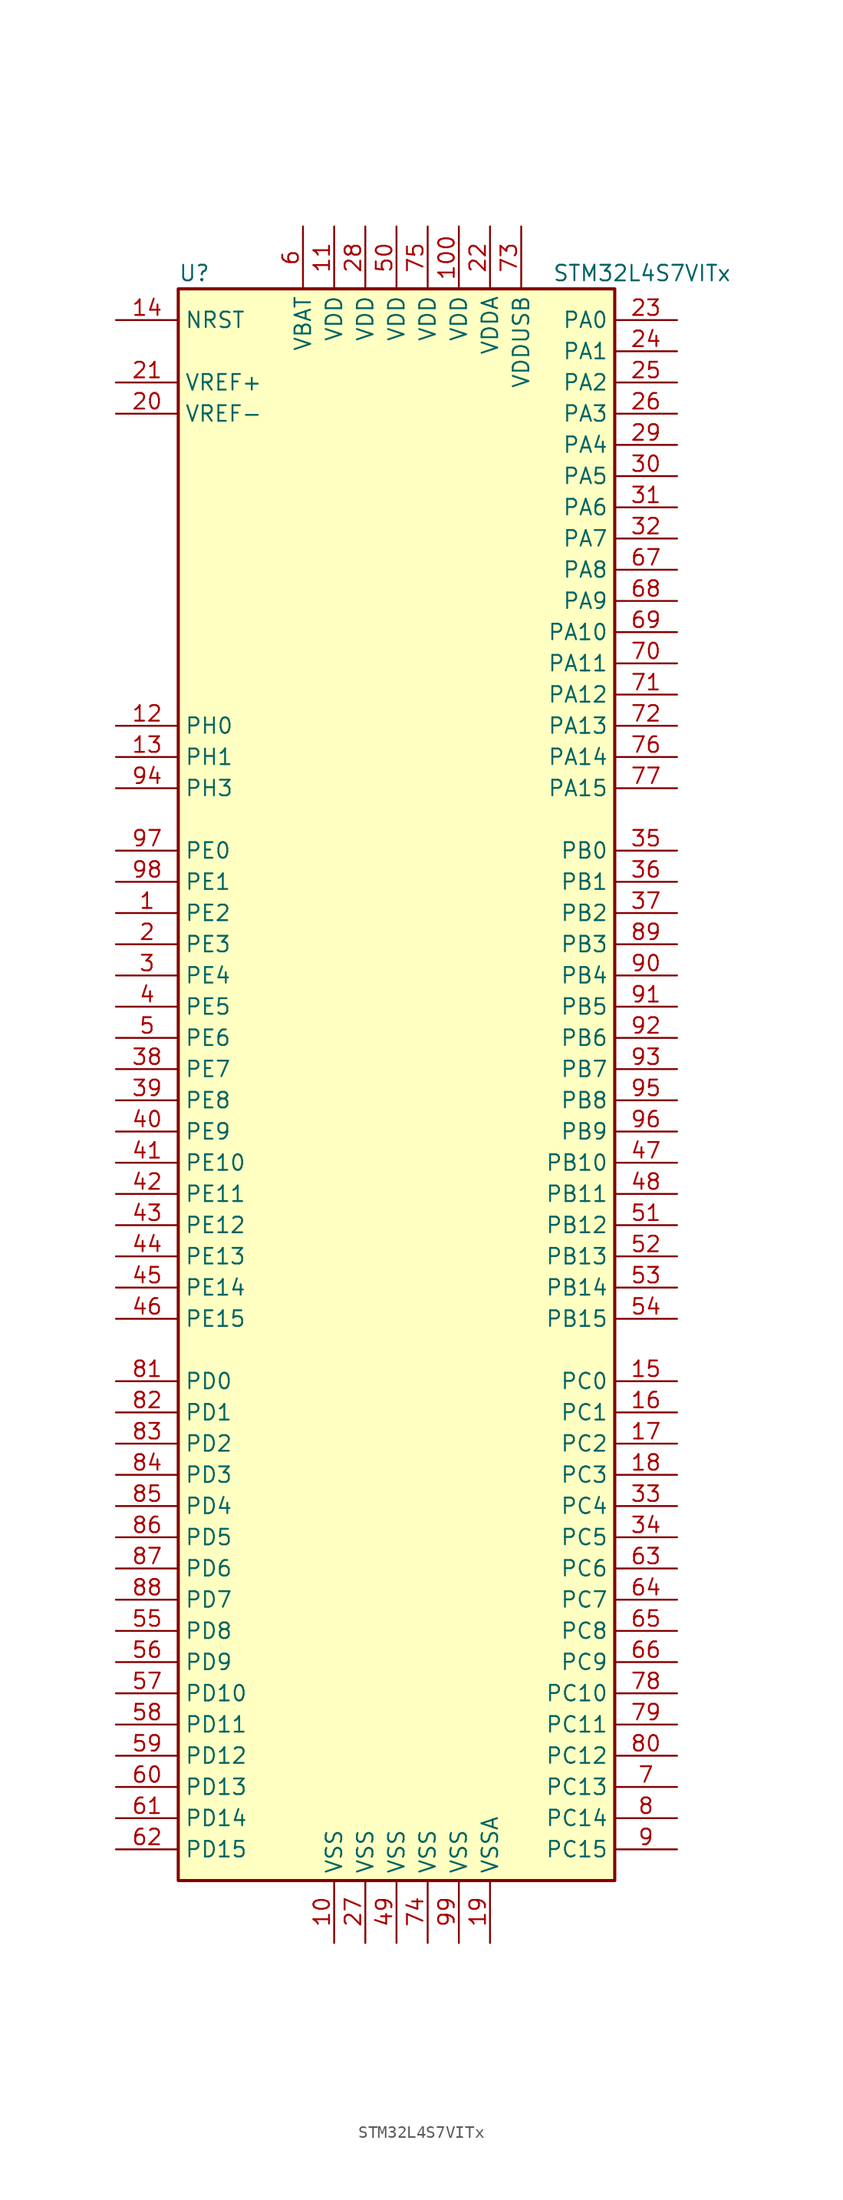
<source format=kicad_sym>
(kicad_symbol_lib
  (version 20201005)
  (generator kicad_symbol_editor)
  (symbol "STM32L4S7VITx"
    (property "Reference" "U"
      (at -17.78 64.77 0)
      (effects (font (size 1.27 1.27)) (justify left)))
    (property "Value" "STM32L4S7VITx"
      (at 12.7 64.77 0)
      (effects (font (size 1.27 1.27)) (justify left)))
    (symbol "STM32L4S7VITx_0_1"
      (rectangle (start -17.78 -66.04) (end 17.78 63.5) (stroke (width 0.254)) (fill (type background))))
    (symbol "STM32L4S7VITx_1_1"
      (pin bidirectional line (at -22.86 12.7 0) (length 5.08) (name "PE2" (effects (font (size 1.27 1.27)))) (number "1" (effects (font (size 1.27 1.27)))))
      (pin power_in line (at -5.08 -71.12 90) (length 5.08) (name "VSS" (effects (font (size 1.27 1.27)))) (number "10" (effects (font (size 1.27 1.27)))))
      (pin power_in line (at 5.08 68.58 270) (length 5.08) (name "VDD" (effects (font (size 1.27 1.27)))) (number "100" (effects (font (size 1.27 1.27)))))
      (pin power_in line (at -5.08 68.58 270) (length 5.08) (name "VDD" (effects (font (size 1.27 1.27)))) (number "11" (effects (font (size 1.27 1.27)))))
      (pin input line (at -22.86 27.94 0) (length 5.08) (name "PH0" (effects (font (size 1.27 1.27)))) (number "12" (effects (font (size 1.27 1.27)))))
      (pin input line (at -22.86 25.4 0) (length 5.08) (name "PH1" (effects (font (size 1.27 1.27)))) (number "13" (effects (font (size 1.27 1.27)))))
      (pin input line (at -22.86 60.96 0) (length 5.08) (name "NRST" (effects (font (size 1.27 1.27)))) (number "14" (effects (font (size 1.27 1.27)))))
      (pin bidirectional line (at 22.86 -25.4 180) (length 5.08) (name "PC0" (effects (font (size 1.27 1.27)))) (number "15" (effects (font (size 1.27 1.27)))))
      (pin bidirectional line (at 22.86 -27.94 180) (length 5.08) (name "PC1" (effects (font (size 1.27 1.27)))) (number "16" (effects (font (size 1.27 1.27)))))
      (pin bidirectional line (at 22.86 -30.48 180) (length 5.08) (name "PC2" (effects (font (size 1.27 1.27)))) (number "17" (effects (font (size 1.27 1.27)))))
      (pin bidirectional line (at 22.86 -33.02 180) (length 5.08) (name "PC3" (effects (font (size 1.27 1.27)))) (number "18" (effects (font (size 1.27 1.27)))))
      (pin power_in line (at 7.62 -71.12 90) (length 5.08) (name "VSSA" (effects (font (size 1.27 1.27)))) (number "19" (effects (font (size 1.27 1.27)))))
      (pin bidirectional line (at -22.86 10.16 0) (length 5.08) (name "PE3" (effects (font (size 1.27 1.27)))) (number "2" (effects (font (size 1.27 1.27)))))
      (pin power_in line (at -22.86 53.34 0) (length 5.08) (name "VREF-" (effects (font (size 1.27 1.27)))) (number "20" (effects (font (size 1.27 1.27)))))
      (pin bidirectional line (at -22.86 55.88 0) (length 5.08) (name "VREF+" (effects (font (size 1.27 1.27)))) (number "21" (effects (font (size 1.27 1.27)))))
      (pin power_in line (at 7.62 68.58 270) (length 5.08) (name "VDDA" (effects (font (size 1.27 1.27)))) (number "22" (effects (font (size 1.27 1.27)))))
      (pin bidirectional line (at 22.86 60.96 180) (length 5.08) (name "PA0" (effects (font (size 1.27 1.27)))) (number "23" (effects (font (size 1.27 1.27)))))
      (pin bidirectional line (at 22.86 58.42 180) (length 5.08) (name "PA1" (effects (font (size 1.27 1.27)))) (number "24" (effects (font (size 1.27 1.27)))))
      (pin bidirectional line (at 22.86 55.88 180) (length 5.08) (name "PA2" (effects (font (size 1.27 1.27)))) (number "25" (effects (font (size 1.27 1.27)))))
      (pin bidirectional line (at 22.86 53.34 180) (length 5.08) (name "PA3" (effects (font (size 1.27 1.27)))) (number "26" (effects (font (size 1.27 1.27)))))
      (pin power_in line (at -2.54 -71.12 90) (length 5.08) (name "VSS" (effects (font (size 1.27 1.27)))) (number "27" (effects (font (size 1.27 1.27)))))
      (pin power_in line (at -2.54 68.58 270) (length 5.08) (name "VDD" (effects (font (size 1.27 1.27)))) (number "28" (effects (font (size 1.27 1.27)))))
      (pin bidirectional line (at 22.86 50.8 180) (length 5.08) (name "PA4" (effects (font (size 1.27 1.27)))) (number "29" (effects (font (size 1.27 1.27)))))
      (pin bidirectional line (at -22.86 7.62 0) (length 5.08) (name "PE4" (effects (font (size 1.27 1.27)))) (number "3" (effects (font (size 1.27 1.27)))))
      (pin bidirectional line (at 22.86 48.26 180) (length 5.08) (name "PA5" (effects (font (size 1.27 1.27)))) (number "30" (effects (font (size 1.27 1.27)))))
      (pin bidirectional line (at 22.86 45.72 180) (length 5.08) (name "PA6" (effects (font (size 1.27 1.27)))) (number "31" (effects (font (size 1.27 1.27)))))
      (pin bidirectional line (at 22.86 43.18 180) (length 5.08) (name "PA7" (effects (font (size 1.27 1.27)))) (number "32" (effects (font (size 1.27 1.27)))))
      (pin bidirectional line (at 22.86 -35.56 180) (length 5.08) (name "PC4" (effects (font (size 1.27 1.27)))) (number "33" (effects (font (size 1.27 1.27)))))
      (pin bidirectional line (at 22.86 -38.1 180) (length 5.08) (name "PC5" (effects (font (size 1.27 1.27)))) (number "34" (effects (font (size 1.27 1.27)))))
      (pin bidirectional line (at 22.86 17.78 180) (length 5.08) (name "PB0" (effects (font (size 1.27 1.27)))) (number "35" (effects (font (size 1.27 1.27)))))
      (pin bidirectional line (at 22.86 15.24 180) (length 5.08) (name "PB1" (effects (font (size 1.27 1.27)))) (number "36" (effects (font (size 1.27 1.27)))))
      (pin bidirectional line (at 22.86 12.7 180) (length 5.08) (name "PB2" (effects (font (size 1.27 1.27)))) (number "37" (effects (font (size 1.27 1.27)))))
      (pin bidirectional line (at -22.86 0 0) (length 5.08) (name "PE7" (effects (font (size 1.27 1.27)))) (number "38" (effects (font (size 1.27 1.27)))))
      (pin bidirectional line (at -22.86 -2.54 0) (length 5.08) (name "PE8" (effects (font (size 1.27 1.27)))) (number "39" (effects (font (size 1.27 1.27)))))
      (pin bidirectional line (at -22.86 5.08 0) (length 5.08) (name "PE5" (effects (font (size 1.27 1.27)))) (number "4" (effects (font (size 1.27 1.27)))))
      (pin bidirectional line (at -22.86 -5.08 0) (length 5.08) (name "PE9" (effects (font (size 1.27 1.27)))) (number "40" (effects (font (size 1.27 1.27)))))
      (pin bidirectional line (at -22.86 -7.62 0) (length 5.08) (name "PE10" (effects (font (size 1.27 1.27)))) (number "41" (effects (font (size 1.27 1.27)))))
      (pin bidirectional line (at -22.86 -10.16 0) (length 5.08) (name "PE11" (effects (font (size 1.27 1.27)))) (number "42" (effects (font (size 1.27 1.27)))))
      (pin bidirectional line (at -22.86 -12.7 0) (length 5.08) (name "PE12" (effects (font (size 1.27 1.27)))) (number "43" (effects (font (size 1.27 1.27)))))
      (pin bidirectional line (at -22.86 -15.24 0) (length 5.08) (name "PE13" (effects (font (size 1.27 1.27)))) (number "44" (effects (font (size 1.27 1.27)))))
      (pin bidirectional line (at -22.86 -17.78 0) (length 5.08) (name "PE14" (effects (font (size 1.27 1.27)))) (number "45" (effects (font (size 1.27 1.27)))))
      (pin bidirectional line (at -22.86 -20.32 0) (length 5.08) (name "PE15" (effects (font (size 1.27 1.27)))) (number "46" (effects (font (size 1.27 1.27)))))
      (pin bidirectional line (at 22.86 -7.62 180) (length 5.08) (name "PB10" (effects (font (size 1.27 1.27)))) (number "47" (effects (font (size 1.27 1.27)))))
      (pin bidirectional line (at 22.86 -10.16 180) (length 5.08) (name "PB11" (effects (font (size 1.27 1.27)))) (number "48" (effects (font (size 1.27 1.27)))))
      (pin power_in line (at 0 -71.12 90) (length 5.08) (name "VSS" (effects (font (size 1.27 1.27)))) (number "49" (effects (font (size 1.27 1.27)))))
      (pin bidirectional line (at -22.86 2.54 0) (length 5.08) (name "PE6" (effects (font (size 1.27 1.27)))) (number "5" (effects (font (size 1.27 1.27)))))
      (pin power_in line (at 0 68.58 270) (length 5.08) (name "VDD" (effects (font (size 1.27 1.27)))) (number "50" (effects (font (size 1.27 1.27)))))
      (pin bidirectional line (at 22.86 -12.7 180) (length 5.08) (name "PB12" (effects (font (size 1.27 1.27)))) (number "51" (effects (font (size 1.27 1.27)))))
      (pin bidirectional line (at 22.86 -15.24 180) (length 5.08) (name "PB13" (effects (font (size 1.27 1.27)))) (number "52" (effects (font (size 1.27 1.27)))))
      (pin bidirectional line (at 22.86 -17.78 180) (length 5.08) (name "PB14" (effects (font (size 1.27 1.27)))) (number "53" (effects (font (size 1.27 1.27)))))
      (pin bidirectional line (at 22.86 -20.32 180) (length 5.08) (name "PB15" (effects (font (size 1.27 1.27)))) (number "54" (effects (font (size 1.27 1.27)))))
      (pin bidirectional line (at -22.86 -45.72 0) (length 5.08) (name "PD8" (effects (font (size 1.27 1.27)))) (number "55" (effects (font (size 1.27 1.27)))))
      (pin bidirectional line (at -22.86 -48.26 0) (length 5.08) (name "PD9" (effects (font (size 1.27 1.27)))) (number "56" (effects (font (size 1.27 1.27)))))
      (pin bidirectional line (at -22.86 -50.8 0) (length 5.08) (name "PD10" (effects (font (size 1.27 1.27)))) (number "57" (effects (font (size 1.27 1.27)))))
      (pin bidirectional line (at -22.86 -53.34 0) (length 5.08) (name "PD11" (effects (font (size 1.27 1.27)))) (number "58" (effects (font (size 1.27 1.27)))))
      (pin bidirectional line (at -22.86 -55.88 0) (length 5.08) (name "PD12" (effects (font (size 1.27 1.27)))) (number "59" (effects (font (size 1.27 1.27)))))
      (pin power_in line (at -7.62 68.58 270) (length 5.08) (name "VBAT" (effects (font (size 1.27 1.27)))) (number "6" (effects (font (size 1.27 1.27)))))
      (pin bidirectional line (at -22.86 -58.42 0) (length 5.08) (name "PD13" (effects (font (size 1.27 1.27)))) (number "60" (effects (font (size 1.27 1.27)))))
      (pin bidirectional line (at -22.86 -60.96 0) (length 5.08) (name "PD14" (effects (font (size 1.27 1.27)))) (number "61" (effects (font (size 1.27 1.27)))))
      (pin bidirectional line (at -22.86 -63.5 0) (length 5.08) (name "PD15" (effects (font (size 1.27 1.27)))) (number "62" (effects (font (size 1.27 1.27)))))
      (pin bidirectional line (at 22.86 -40.64 180) (length 5.08) (name "PC6" (effects (font (size 1.27 1.27)))) (number "63" (effects (font (size 1.27 1.27)))))
      (pin bidirectional line (at 22.86 -43.18 180) (length 5.08) (name "PC7" (effects (font (size 1.27 1.27)))) (number "64" (effects (font (size 1.27 1.27)))))
      (pin bidirectional line (at 22.86 -45.72 180) (length 5.08) (name "PC8" (effects (font (size 1.27 1.27)))) (number "65" (effects (font (size 1.27 1.27)))))
      (pin bidirectional line (at 22.86 -48.26 180) (length 5.08) (name "PC9" (effects (font (size 1.27 1.27)))) (number "66" (effects (font (size 1.27 1.27)))))
      (pin bidirectional line (at 22.86 40.64 180) (length 5.08) (name "PA8" (effects (font (size 1.27 1.27)))) (number "67" (effects (font (size 1.27 1.27)))))
      (pin bidirectional line (at 22.86 38.1 180) (length 5.08) (name "PA9" (effects (font (size 1.27 1.27)))) (number "68" (effects (font (size 1.27 1.27)))))
      (pin bidirectional line (at 22.86 35.56 180) (length 5.08) (name "PA10" (effects (font (size 1.27 1.27)))) (number "69" (effects (font (size 1.27 1.27)))))
      (pin bidirectional line (at 22.86 -58.42 180) (length 5.08) (name "PC13" (effects (font (size 1.27 1.27)))) (number "7" (effects (font (size 1.27 1.27)))))
      (pin bidirectional line (at 22.86 33.02 180) (length 5.08) (name "PA11" (effects (font (size 1.27 1.27)))) (number "70" (effects (font (size 1.27 1.27)))))
      (pin bidirectional line (at 22.86 30.48 180) (length 5.08) (name "PA12" (effects (font (size 1.27 1.27)))) (number "71" (effects (font (size 1.27 1.27)))))
      (pin bidirectional line (at 22.86 27.94 180) (length 5.08) (name "PA13" (effects (font (size 1.27 1.27)))) (number "72" (effects (font (size 1.27 1.27)))))
      (pin power_in line (at 10.16 68.58 270) (length 5.08) (name "VDDUSB" (effects (font (size 1.27 1.27)))) (number "73" (effects (font (size 1.27 1.27)))))
      (pin power_in line (at 2.54 -71.12 90) (length 5.08) (name "VSS" (effects (font (size 1.27 1.27)))) (number "74" (effects (font (size 1.27 1.27)))))
      (pin power_in line (at 2.54 68.58 270) (length 5.08) (name "VDD" (effects (font (size 1.27 1.27)))) (number "75" (effects (font (size 1.27 1.27)))))
      (pin bidirectional line (at 22.86 25.4 180) (length 5.08) (name "PA14" (effects (font (size 1.27 1.27)))) (number "76" (effects (font (size 1.27 1.27)))))
      (pin bidirectional line (at 22.86 22.86 180) (length 5.08) (name "PA15" (effects (font (size 1.27 1.27)))) (number "77" (effects (font (size 1.27 1.27)))))
      (pin bidirectional line (at 22.86 -50.8 180) (length 5.08) (name "PC10" (effects (font (size 1.27 1.27)))) (number "78" (effects (font (size 1.27 1.27)))))
      (pin bidirectional line (at 22.86 -53.34 180) (length 5.08) (name "PC11" (effects (font (size 1.27 1.27)))) (number "79" (effects (font (size 1.27 1.27)))))
      (pin bidirectional line (at 22.86 -60.96 180) (length 5.08) (name "PC14" (effects (font (size 1.27 1.27)))) (number "8" (effects (font (size 1.27 1.27)))))
      (pin bidirectional line (at 22.86 -55.88 180) (length 5.08) (name "PC12" (effects (font (size 1.27 1.27)))) (number "80" (effects (font (size 1.27 1.27)))))
      (pin bidirectional line (at -22.86 -25.4 0) (length 5.08) (name "PD0" (effects (font (size 1.27 1.27)))) (number "81" (effects (font (size 1.27 1.27)))))
      (pin bidirectional line (at -22.86 -27.94 0) (length 5.08) (name "PD1" (effects (font (size 1.27 1.27)))) (number "82" (effects (font (size 1.27 1.27)))))
      (pin bidirectional line (at -22.86 -30.48 0) (length 5.08) (name "PD2" (effects (font (size 1.27 1.27)))) (number "83" (effects (font (size 1.27 1.27)))))
      (pin bidirectional line (at -22.86 -33.02 0) (length 5.08) (name "PD3" (effects (font (size 1.27 1.27)))) (number "84" (effects (font (size 1.27 1.27)))))
      (pin bidirectional line (at -22.86 -35.56 0) (length 5.08) (name "PD4" (effects (font (size 1.27 1.27)))) (number "85" (effects (font (size 1.27 1.27)))))
      (pin bidirectional line (at -22.86 -38.1 0) (length 5.08) (name "PD5" (effects (font (size 1.27 1.27)))) (number "86" (effects (font (size 1.27 1.27)))))
      (pin bidirectional line (at -22.86 -40.64 0) (length 5.08) (name "PD6" (effects (font (size 1.27 1.27)))) (number "87" (effects (font (size 1.27 1.27)))))
      (pin bidirectional line (at -22.86 -43.18 0) (length 5.08) (name "PD7" (effects (font (size 1.27 1.27)))) (number "88" (effects (font (size 1.27 1.27)))))
      (pin bidirectional line (at 22.86 10.16 180) (length 5.08) (name "PB3" (effects (font (size 1.27 1.27)))) (number "89" (effects (font (size 1.27 1.27)))))
      (pin bidirectional line (at 22.86 -63.5 180) (length 5.08) (name "PC15" (effects (font (size 1.27 1.27)))) (number "9" (effects (font (size 1.27 1.27)))))
      (pin bidirectional line (at 22.86 7.62 180) (length 5.08) (name "PB4" (effects (font (size 1.27 1.27)))) (number "90" (effects (font (size 1.27 1.27)))))
      (pin bidirectional line (at 22.86 5.08 180) (length 5.08) (name "PB5" (effects (font (size 1.27 1.27)))) (number "91" (effects (font (size 1.27 1.27)))))
      (pin bidirectional line (at 22.86 2.54 180) (length 5.08) (name "PB6" (effects (font (size 1.27 1.27)))) (number "92" (effects (font (size 1.27 1.27)))))
      (pin bidirectional line (at 22.86 0 180) (length 5.08) (name "PB7" (effects (font (size 1.27 1.27)))) (number "93" (effects (font (size 1.27 1.27)))))
      (pin bidirectional line (at -22.86 22.86 0) (length 5.08) (name "PH3" (effects (font (size 1.27 1.27)))) (number "94" (effects (font (size 1.27 1.27)))))
      (pin bidirectional line (at 22.86 -2.54 180) (length 5.08) (name "PB8" (effects (font (size 1.27 1.27)))) (number "95" (effects (font (size 1.27 1.27)))))
      (pin bidirectional line (at 22.86 -5.08 180) (length 5.08) (name "PB9" (effects (font (size 1.27 1.27)))) (number "96" (effects (font (size 1.27 1.27)))))
      (pin bidirectional line (at -22.86 17.78 0) (length 5.08) (name "PE0" (effects (font (size 1.27 1.27)))) (number "97" (effects (font (size 1.27 1.27)))))
      (pin bidirectional line (at -22.86 15.24 0) (length 5.08) (name "PE1" (effects (font (size 1.27 1.27)))) (number "98" (effects (font (size 1.27 1.27)))))
      (pin power_in line (at 5.08 -71.12 90) (length 5.08) (name "VSS" (effects (font (size 1.27 1.27)))) (number "99" (effects (font (size 1.27 1.27))))))))
</source>
